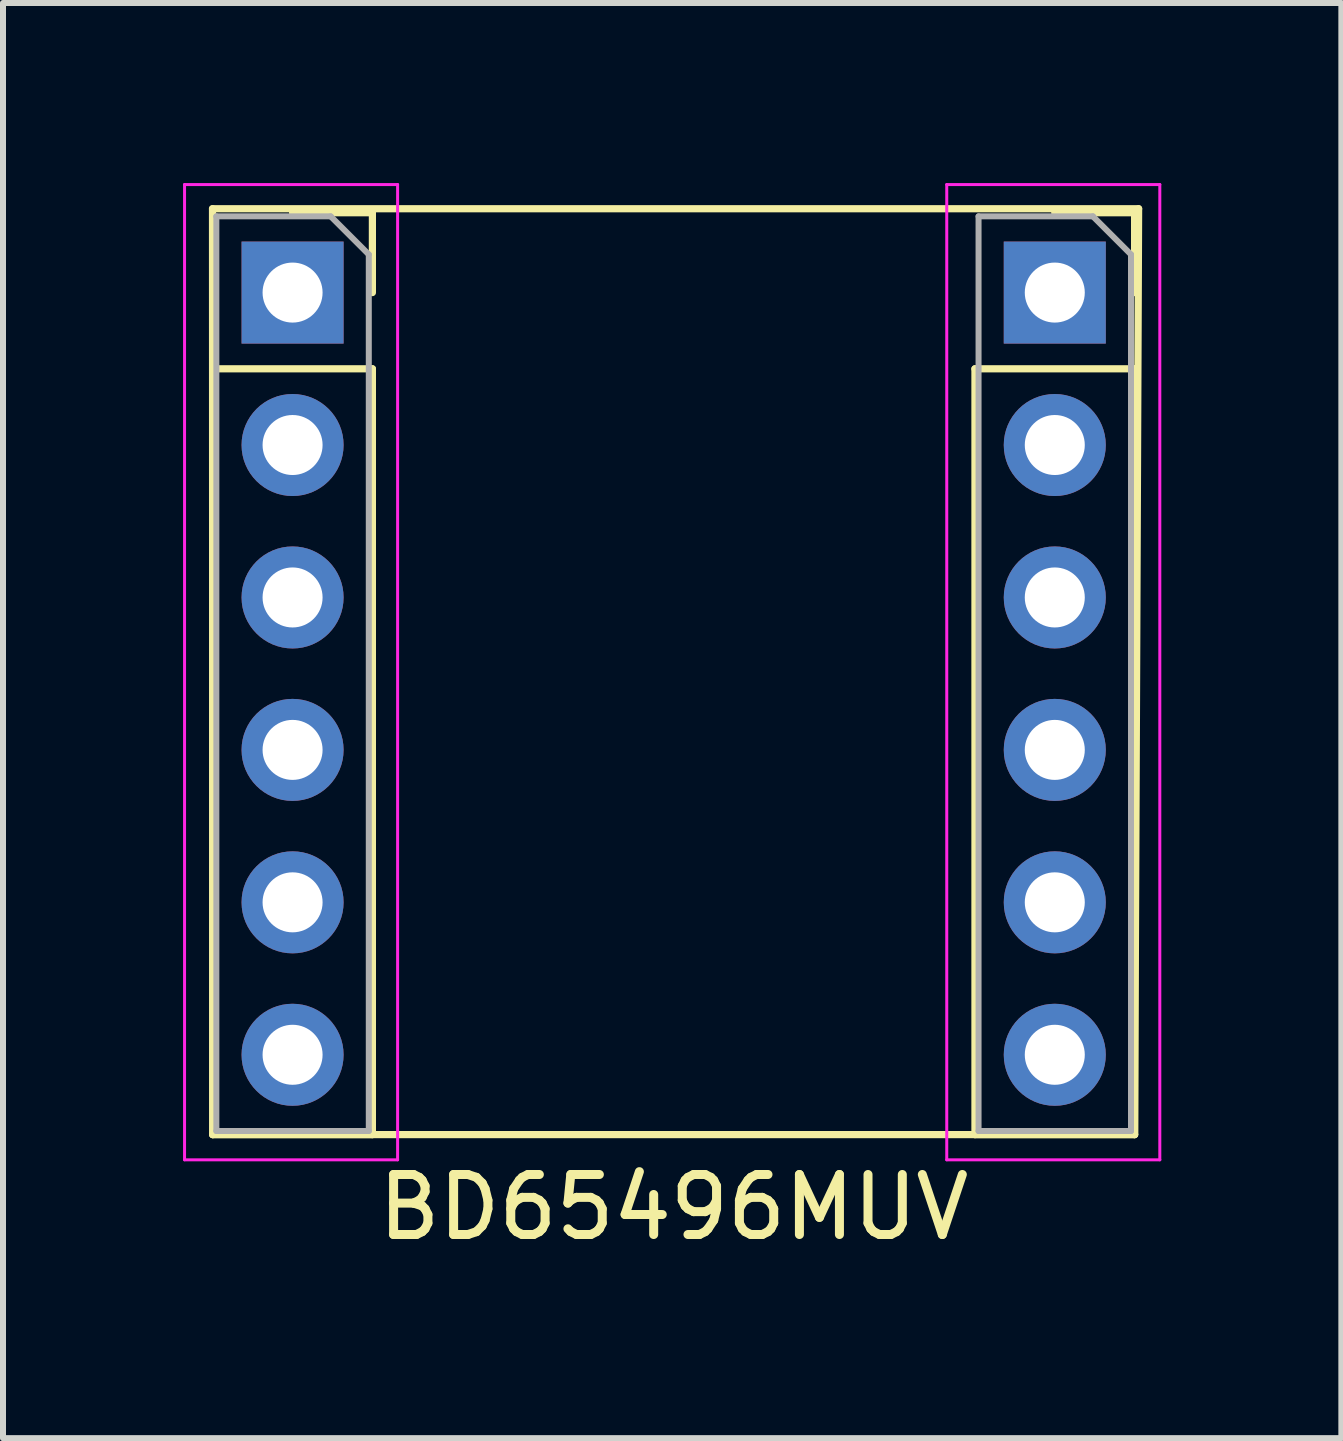
<source format=kicad_pcb>
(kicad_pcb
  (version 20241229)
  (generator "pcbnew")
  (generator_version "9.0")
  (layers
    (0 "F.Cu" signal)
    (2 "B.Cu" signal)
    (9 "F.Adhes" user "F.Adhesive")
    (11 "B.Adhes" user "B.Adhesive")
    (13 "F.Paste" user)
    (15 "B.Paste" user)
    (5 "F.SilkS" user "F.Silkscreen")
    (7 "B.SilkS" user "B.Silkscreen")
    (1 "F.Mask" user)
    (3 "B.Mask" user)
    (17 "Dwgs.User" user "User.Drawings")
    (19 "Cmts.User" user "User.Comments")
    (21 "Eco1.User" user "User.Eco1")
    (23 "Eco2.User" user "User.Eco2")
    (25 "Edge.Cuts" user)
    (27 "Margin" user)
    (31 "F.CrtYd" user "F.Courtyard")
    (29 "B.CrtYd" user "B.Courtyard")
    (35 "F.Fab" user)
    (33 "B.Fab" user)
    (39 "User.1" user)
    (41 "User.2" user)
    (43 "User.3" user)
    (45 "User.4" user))
  (footprint "BD65496MUV"
    (layer "F.Cu")
    (at 8.175 8.175)
    (property "Reference" "BD65496MUV" (at 0 8.89 0) (layer "F.SilkS") (effects (font (size 1 1) (thickness 0.15))))
    (attr through_hole)
    (fp_line (start -7.68 -5.08) (end -7.68 7.68) (stroke (width 0.12) (type solid)) (layer "F.SilkS"))
    (fp_line (start -7.68 -5.08) (end -5.02 -5.08) (stroke (width 0.12) (type solid)) (layer "F.SilkS"))
    (fp_line (start -7.68 7.68) (end -7.684 -7.747) (stroke (width 0.12) (type solid)) (layer "F.SilkS"))
    (fp_line (start -7.68 7.68) (end -5.02 7.68) (stroke (width 0.12) (type solid)) (layer "F.SilkS"))
    (fp_line (start -7.68 7.68) (end 7.68 7.68) (stroke (width 0.12) (type solid)) (layer "F.SilkS"))
    (fp_line (start -6.35 -7.68) (end -5.02 -7.68) (stroke (width 0.12) (type solid)) (layer "F.SilkS"))
    (fp_line (start -5.02 -7.68) (end -5.02 -6.35) (stroke (width 0.12) (type solid)) (layer "F.SilkS"))
    (fp_line (start -5.02 -5.08) (end -5.02 7.68) (stroke (width 0.12) (type solid)) (layer "F.SilkS"))
    (fp_line (start 5.02 -5.08) (end 5.02 7.68) (stroke (width 0.12) (type solid)) (layer "F.SilkS"))
    (fp_line (start 5.02 -5.08) (end 7.68 -5.08) (stroke (width 0.12) (type solid)) (layer "F.SilkS"))
    (fp_line (start 5.02 7.68) (end 7.68 7.68) (stroke (width 0.12) (type solid)) (layer "F.SilkS"))
    (fp_line (start 6.35 -7.68) (end 7.68 -7.68) (stroke (width 0.12) (type solid)) (layer "F.SilkS"))
    (fp_line (start 7.68 -7.68) (end 7.68 -6.35) (stroke (width 0.12) (type solid)) (layer "F.SilkS"))
    (fp_line (start 7.68 -5.08) (end 7.68 7.68) (stroke (width 0.12) (type solid)) (layer "F.SilkS"))
    (fp_line (start 7.68 7.68) (end 7.747 -7.747) (stroke (width 0.12) (type solid)) (layer "F.SilkS"))
    (fp_line (start 7.747 -7.747) (end -7.684 -7.747) (stroke (width 0.12) (type solid)) (layer "F.SilkS"))
    (fp_line (start -8.15 -8.15) (end -4.6 -8.15) (stroke (width 0.05) (type solid)) (layer "F.CrtYd"))
    (fp_line (start -8.15 8.1) (end -8.15 -8.15) (stroke (width 0.05) (type solid)) (layer "F.CrtYd"))
    (fp_line (start -4.6 -8.15) (end -4.6 8.1) (stroke (width 0.05) (type solid)) (layer "F.CrtYd"))
    (fp_line (start -4.6 8.1) (end -8.15 8.1) (stroke (width 0.05) (type solid)) (layer "F.CrtYd"))
    (fp_line (start 4.55 -8.15) (end 8.1 -8.15) (stroke (width 0.05) (type solid)) (layer "F.CrtYd"))
    (fp_line (start 4.55 8.1) (end 4.55 -8.15) (stroke (width 0.05) (type solid)) (layer "F.CrtYd"))
    (fp_line (start 8.1 -8.15) (end 8.1 8.1) (stroke (width 0.05) (type solid)) (layer "F.CrtYd"))
    (fp_line (start 8.1 8.1) (end 4.55 8.1) (stroke (width 0.05) (type solid)) (layer "F.CrtYd"))
    (fp_line (start -7.62 -7.62) (end -5.715 -7.62) (stroke (width 0.1) (type solid)) (layer "F.Fab"))
    (fp_line (start -7.62 7.62) (end -7.62 -7.62) (stroke (width 0.1) (type solid)) (layer "F.Fab"))
    (fp_line (start -5.715 -7.62) (end -5.08 -6.985) (stroke (width 0.1) (type solid)) (layer "F.Fab"))
    (fp_line (start -5.08 -6.985) (end -5.08 7.62) (stroke (width 0.1) (type solid)) (layer "F.Fab"))
    (fp_line (start -5.08 7.62) (end -7.62 7.62) (stroke (width 0.1) (type solid)) (layer "F.Fab"))
    (fp_line (start 5.08 -7.62) (end 6.985 -7.62) (stroke (width 0.1) (type solid)) (layer "F.Fab"))
    (fp_line (start 5.08 7.62) (end 5.08 -7.62) (stroke (width 0.1) (type solid)) (layer "F.Fab"))
    (fp_line (start 6.985 -7.62) (end 7.62 -6.985) (stroke (width 0.1) (type solid)) (layer "F.Fab"))
    (fp_line (start 7.62 -6.985) (end 7.62 7.62) (stroke (width 0.1) (type solid)) (layer "F.Fab"))
    (fp_line (start 7.62 7.62) (end 5.08 7.62) (stroke (width 0.1) (type solid)) (layer "F.Fab"))
    (pad "1" thru_hole rect (at -6.35 -6.35) (size 1.7 1.7) (drill 1) (layers "*.Cu" "*.Mask"))
    (pad "2" thru_hole oval (at -6.35 -3.81) (size 1.7 1.7) (drill 1) (layers "*.Cu" "*.Mask"))
    (pad "3" thru_hole oval (at -6.35 -1.27) (size 1.7 1.7) (drill 1) (layers "*.Cu" "*.Mask"))
    (pad "4" thru_hole oval (at -6.35 1.27) (size 1.7 1.7) (drill 1) (layers "*.Cu" "*.Mask"))
    (pad "5" thru_hole oval (at -6.35 3.81) (size 1.7 1.7) (drill 1) (layers "*.Cu" "*.Mask"))
    (pad "6" thru_hole oval (at -6.35 6.35) (size 1.7 1.7) (drill 1) (layers "*.Cu" "*.Mask"))
    (pad "7" thru_hole rect (at 6.35 -6.35) (size 1.7 1.7) (drill 1) (layers "*.Cu" "*.Mask"))
    (pad "8" thru_hole oval (at 6.35 -3.81) (size 1.7 1.7) (drill 1) (layers "*.Cu" "*.Mask"))
    (pad "9" thru_hole oval (at 6.35 -1.27) (size 1.7 1.7) (drill 1) (layers "*.Cu" "*.Mask"))
    (pad "10" thru_hole oval (at 6.35 1.27) (size 1.7 1.7) (drill 1) (layers "*.Cu" "*.Mask"))
    (pad "11" thru_hole oval (at 6.35 3.81) (size 1.7 1.7) (drill 1) (layers "*.Cu" "*.Mask"))
    (pad "12" thru_hole oval (at 6.35 6.35) (size 1.7 1.7) (drill 1) (layers "*.Cu" "*.Mask")))
  (gr_rect
    (start -3 -3)
    (end 19.3 20.913)
    (stroke (width 0.1) (type default))
    (fill no)
    (layer "Edge.Cuts")))
</source>
